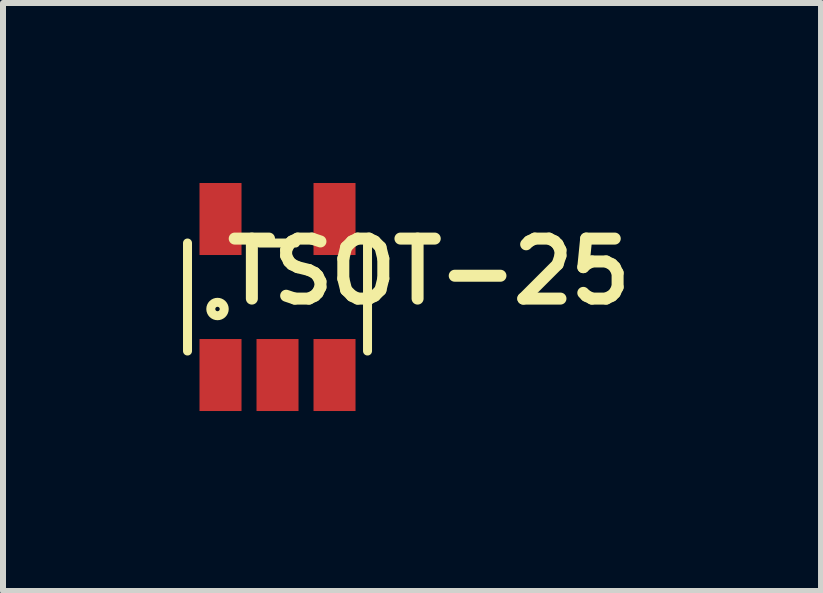
<source format=kicad_pcb>
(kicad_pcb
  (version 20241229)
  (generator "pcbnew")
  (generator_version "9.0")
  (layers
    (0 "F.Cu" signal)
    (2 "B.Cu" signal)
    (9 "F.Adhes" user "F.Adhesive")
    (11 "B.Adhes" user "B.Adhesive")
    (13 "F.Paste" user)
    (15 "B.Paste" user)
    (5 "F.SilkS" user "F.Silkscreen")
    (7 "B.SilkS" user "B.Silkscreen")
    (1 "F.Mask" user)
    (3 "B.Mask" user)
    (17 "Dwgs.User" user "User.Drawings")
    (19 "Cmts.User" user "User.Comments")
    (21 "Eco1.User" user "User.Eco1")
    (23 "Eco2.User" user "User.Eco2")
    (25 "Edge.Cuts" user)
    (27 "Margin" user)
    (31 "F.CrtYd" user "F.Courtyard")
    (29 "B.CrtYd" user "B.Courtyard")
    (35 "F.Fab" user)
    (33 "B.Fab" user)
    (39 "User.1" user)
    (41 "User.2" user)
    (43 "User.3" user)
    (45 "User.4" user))
  (footprint "TSOT-25"
    (layer "F.Cu")
    (at 1.575 1.9)
    (property "Reference" "TSOT-25" (at 2.525 -0.426 0) (layer "F.SilkS") (effects (font (size 1 1) (thickness 0.2))))
    (attr smd)
    (fp_line (start -1.5 0.9) (end -1.5 -0.9) (stroke (width 0.15) (type solid)) (layer "F.SilkS"))
    (fp_line (start -0.3 -0.9) (end 0.3 -0.9) (stroke (width 0.15) (type solid)) (layer "F.SilkS"))
    (fp_line (start 1.5 -0.9) (end 1.5 0.9) (stroke (width 0.15) (type solid)) (layer "F.SilkS"))
    (fp_circle (center -1 0.2) (end -0.95 0.3) (stroke (width 0.15) (type solid)) (fill no) (layer "F.SilkS"))
    (pad "1" smd rect (at -0.95 1.3) (size 0.7 1.2) (layers "F.Cu" "F.Mask" "F.Paste"))
    (pad "2" smd rect (at 0 1.3) (size 0.7 1.2) (layers "F.Cu" "F.Mask" "F.Paste"))
    (pad "3" smd rect (at 0.95 1.3) (size 0.7 1.2) (layers "F.Cu" "F.Mask" "F.Paste"))
    (pad "4" smd rect (at 0.95 -1.3) (size 0.7 1.2) (layers "F.Cu" "F.Mask" "F.Paste"))
    (pad "5" smd rect (at -0.95 -1.3) (size 0.7 1.2) (layers "F.Cu" "F.Mask" "F.Paste")))
  (gr_rect
    (start -3 -3)
    (end 10.633 6.8)
    (stroke (width 0.1) (type default))
    (fill no)
    (layer "Edge.Cuts")))
</source>
